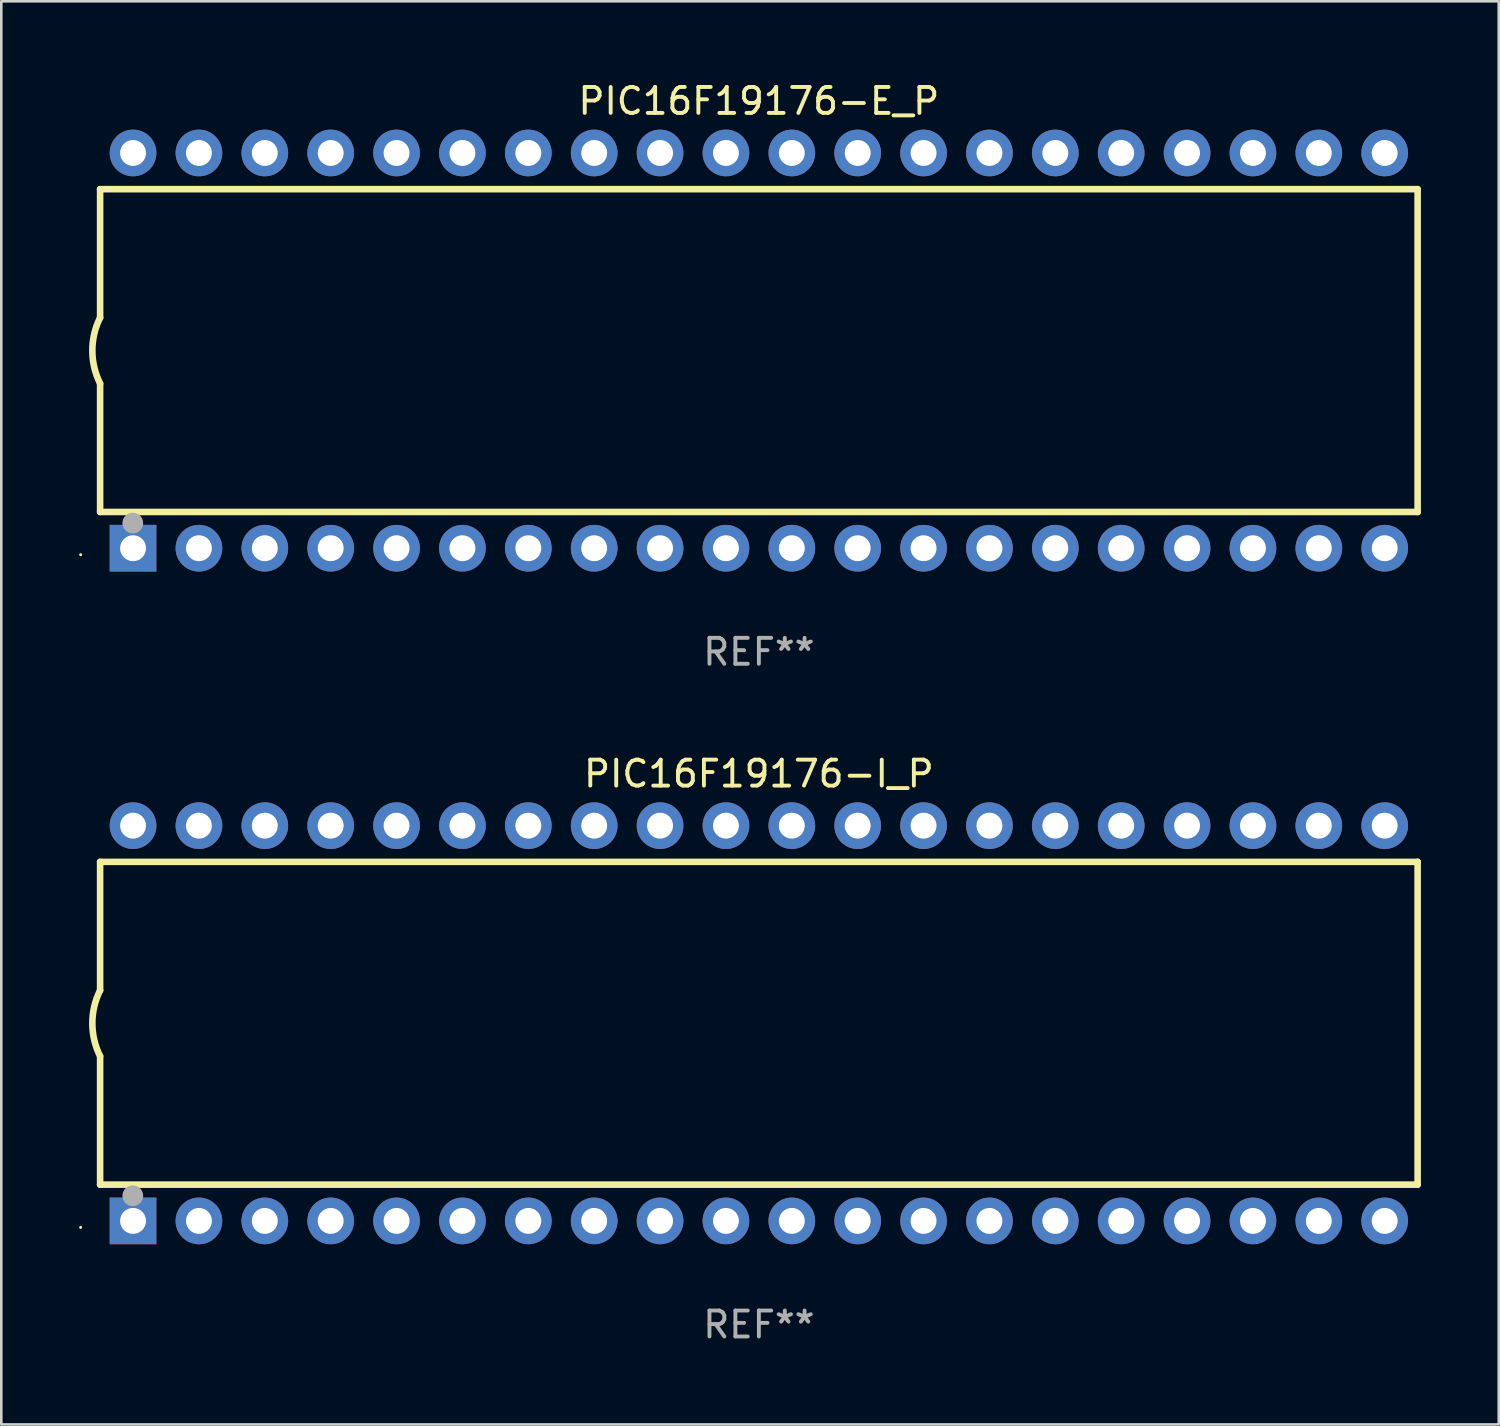
<source format=kicad_pcb>
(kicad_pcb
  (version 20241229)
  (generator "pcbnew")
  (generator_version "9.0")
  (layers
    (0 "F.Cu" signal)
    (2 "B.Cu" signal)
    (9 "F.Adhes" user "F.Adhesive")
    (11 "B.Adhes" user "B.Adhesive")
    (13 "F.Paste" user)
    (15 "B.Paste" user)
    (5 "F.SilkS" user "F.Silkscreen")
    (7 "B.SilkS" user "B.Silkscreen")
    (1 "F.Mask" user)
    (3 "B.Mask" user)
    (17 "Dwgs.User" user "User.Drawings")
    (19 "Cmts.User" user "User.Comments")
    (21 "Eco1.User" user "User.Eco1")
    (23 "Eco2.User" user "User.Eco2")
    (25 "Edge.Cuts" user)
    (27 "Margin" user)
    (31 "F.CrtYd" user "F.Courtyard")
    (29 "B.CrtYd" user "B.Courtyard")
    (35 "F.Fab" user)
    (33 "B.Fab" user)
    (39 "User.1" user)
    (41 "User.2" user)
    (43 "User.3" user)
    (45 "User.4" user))
  (footprint "PIC16F19176-E_P"
    (layer "F.Cu")
    (at 26.21 10.468)
    (property "Reference" "PIC16F19176-E_P" (at 0 -9.62 0) (layer "F.SilkS") (effects (font (size 1 1) (thickness 0.15))))
    (attr through_hole)
    (fp_line (start -25.4 -6.224) (end -25.4 -1.271) (stroke (width 0.254) (type solid)) (layer "F.SilkS"))
    (fp_line (start -25.4 -6.224) (end 25.4 -6.224) (stroke (width 0.254) (type solid)) (layer "F.SilkS"))
    (fp_line (start -25.4 1.269) (end -25.4 6.222) (stroke (width 0.254) (type solid)) (layer "F.SilkS"))
    (fp_line (start -25.4 6.222) (end 25.4 6.222) (stroke (width 0.254) (type solid)) (layer "F.SilkS"))
    (fp_line (start 25.4 6.222) (end 25.4 -6.224) (stroke (width 0.254) (type solid)) (layer "F.SilkS"))
    (fp_arc (start -25.4 1.269241) (mid -25.699807 -0.000762) (end -25.4 -1.270765) (stroke (width 0.254001) (type solid)) (layer "F.SilkS"))
    (fp_circle (center -26.15 7.87) (end -26.12 7.87) (stroke (width 0.06) (type solid)) (fill no) (layer "F.SilkS"))
    (fp_circle (center -24.14 6.65) (end -23.94 6.65) (stroke (width 0.4) (type solid)) (fill no) (layer "F.Fab"))
    (fp_text user "REF**" (at 0 11.62 0) (layer "F.Fab") (effects (font (size 1 1) (thickness 0.15))))
    (pad "1" thru_hole rect (at -24.13 7.62 90) (size 1.8 1.8) (drill 1) (layers "*.Cu" "*.Mask"))
    (pad "2" thru_hole circle (at -21.59 7.62) (size 1.8 1.8) (drill 1) (layers "*.Cu" "*.Mask"))
    (pad "3" thru_hole circle (at -19.05 7.62) (size 1.8 1.8) (drill 1) (layers "*.Cu" "*.Mask"))
    (pad "4" thru_hole circle (at -16.51 7.62) (size 1.8 1.8) (drill 1) (layers "*.Cu" "*.Mask"))
    (pad "5" thru_hole circle (at -13.97 7.62) (size 1.8 1.8) (drill 1) (layers "*.Cu" "*.Mask"))
    (pad "6" thru_hole circle (at -11.43 7.62) (size 1.8 1.8) (drill 1) (layers "*.Cu" "*.Mask"))
    (pad "7" thru_hole circle (at -8.89 7.62) (size 1.8 1.8) (drill 1) (layers "*.Cu" "*.Mask"))
    (pad "8" thru_hole circle (at -6.35 7.62) (size 1.8 1.8) (drill 1) (layers "*.Cu" "*.Mask"))
    (pad "9" thru_hole circle (at -3.81 7.62) (size 1.8 1.8) (drill 1) (layers "*.Cu" "*.Mask"))
    (pad "10" thru_hole circle (at -1.27 7.62) (size 1.8 1.8) (drill 1) (layers "*.Cu" "*.Mask"))
    (pad "11" thru_hole circle (at 1.27 7.62) (size 1.8 1.8) (drill 1) (layers "*.Cu" "*.Mask"))
    (pad "12" thru_hole circle (at 3.81 7.62) (size 1.8 1.8) (drill 1) (layers "*.Cu" "*.Mask"))
    (pad "13" thru_hole circle (at 6.35 7.62) (size 1.8 1.8) (drill 1) (layers "*.Cu" "*.Mask"))
    (pad "14" thru_hole circle (at 8.89 7.62) (size 1.8 1.8) (drill 1) (layers "*.Cu" "*.Mask"))
    (pad "15" thru_hole circle (at 11.43 7.62) (size 1.8 1.8) (drill 1) (layers "*.Cu" "*.Mask"))
    (pad "16" thru_hole circle (at 13.97 7.62) (size 1.8 1.8) (drill 1) (layers "*.Cu" "*.Mask"))
    (pad "17" thru_hole circle (at 16.51 7.62) (size 1.8 1.8) (drill 1) (layers "*.Cu" "*.Mask"))
    (pad "18" thru_hole circle (at 19.05 7.62) (size 1.8 1.8) (drill 1) (layers "*.Cu" "*.Mask"))
    (pad "19" thru_hole circle (at 21.59 7.62) (size 1.8 1.8) (drill 1) (layers "*.Cu" "*.Mask"))
    (pad "20" thru_hole circle (at 24.13 7.62) (size 1.8 1.8) (drill 1) (layers "*.Cu" "*.Mask"))
    (pad "21" thru_hole circle (at 24.13 -7.62) (size 1.8 1.8) (drill 1) (layers "*.Cu" "*.Mask"))
    (pad "22" thru_hole circle (at 21.59 -7.62) (size 1.8 1.8) (drill 1) (layers "*.Cu" "*.Mask"))
    (pad "23" thru_hole circle (at 19.05 -7.62) (size 1.8 1.8) (drill 1) (layers "*.Cu" "*.Mask"))
    (pad "24" thru_hole circle (at 16.51 -7.62) (size 1.8 1.8) (drill 1) (layers "*.Cu" "*.Mask"))
    (pad "25" thru_hole circle (at 13.97 -7.62) (size 1.8 1.8) (drill 1) (layers "*.Cu" "*.Mask"))
    (pad "26" thru_hole circle (at 11.43 -7.62) (size 1.8 1.8) (drill 1) (layers "*.Cu" "*.Mask"))
    (pad "27" thru_hole circle (at 8.89 -7.62) (size 1.8 1.8) (drill 1) (layers "*.Cu" "*.Mask"))
    (pad "28" thru_hole circle (at 6.35 -7.62) (size 1.8 1.8) (drill 1) (layers "*.Cu" "*.Mask"))
    (pad "29" thru_hole circle (at 3.81 -7.62) (size 1.8 1.8) (drill 1) (layers "*.Cu" "*.Mask"))
    (pad "30" thru_hole circle (at 1.27 -7.62) (size 1.8 1.8) (drill 1) (layers "*.Cu" "*.Mask"))
    (pad "31" thru_hole circle (at -1.27 -7.62) (size 1.8 1.8) (drill 1) (layers "*.Cu" "*.Mask"))
    (pad "32" thru_hole circle (at -3.81 -7.62) (size 1.8 1.8) (drill 1) (layers "*.Cu" "*.Mask"))
    (pad "33" thru_hole circle (at -6.35 -7.62) (size 1.8 1.8) (drill 1) (layers "*.Cu" "*.Mask"))
    (pad "34" thru_hole circle (at -8.89 -7.62) (size 1.8 1.8) (drill 1) (layers "*.Cu" "*.Mask"))
    (pad "35" thru_hole circle (at -11.43 -7.62) (size 1.8 1.8) (drill 1) (layers "*.Cu" "*.Mask"))
    (pad "36" thru_hole circle (at -13.97 -7.62) (size 1.8 1.8) (drill 1) (layers "*.Cu" "*.Mask"))
    (pad "37" thru_hole circle (at -16.51 -7.62) (size 1.8 1.8) (drill 1) (layers "*.Cu" "*.Mask"))
    (pad "38" thru_hole circle (at -19.05 -7.62) (size 1.8 1.8) (drill 1) (layers "*.Cu" "*.Mask"))
    (pad "39" thru_hole circle (at -21.59 -7.62) (size 1.8 1.8) (drill 1) (layers "*.Cu" "*.Mask"))
    (pad "40" thru_hole circle (at -24.13 -7.62) (size 1.8 1.8) (drill 1) (layers "*.Cu" "*.Mask")))
  (footprint "PIC16F19176-I_P"
    (layer "F.Cu")
    (at 26.21 36.405)
    (property "Reference" "PIC16F19176-I_P" (at 0 -9.62 0) (layer "F.SilkS") (effects (font (size 1 1) (thickness 0.15))))
    (attr through_hole)
    (fp_line (start -25.4 -6.224) (end -25.4 -1.271) (stroke (width 0.254) (type solid)) (layer "F.SilkS"))
    (fp_line (start -25.4 -6.224) (end 25.4 -6.224) (stroke (width 0.254) (type solid)) (layer "F.SilkS"))
    (fp_line (start -25.4 1.269) (end -25.4 6.222) (stroke (width 0.254) (type solid)) (layer "F.SilkS"))
    (fp_line (start -25.4 6.222) (end 25.4 6.222) (stroke (width 0.254) (type solid)) (layer "F.SilkS"))
    (fp_line (start 25.4 6.222) (end 25.4 -6.224) (stroke (width 0.254) (type solid)) (layer "F.SilkS"))
    (fp_arc (start -25.4 1.269241) (mid -25.699807 -0.000762) (end -25.4 -1.270765) (stroke (width 0.254001) (type solid)) (layer "F.SilkS"))
    (fp_circle (center -26.15 7.87) (end -26.12 7.87) (stroke (width 0.06) (type solid)) (fill no) (layer "F.SilkS"))
    (fp_circle (center -24.14 6.65) (end -23.94 6.65) (stroke (width 0.4) (type solid)) (fill no) (layer "F.Fab"))
    (fp_text user "REF**" (at 0 11.62 0) (layer "F.Fab") (effects (font (size 1 1) (thickness 0.15))))
    (pad "1" thru_hole rect (at -24.13 7.62 90) (size 1.8 1.8) (drill 1) (layers "*.Cu" "*.Mask"))
    (pad "2" thru_hole circle (at -21.59 7.62) (size 1.8 1.8) (drill 1) (layers "*.Cu" "*.Mask"))
    (pad "3" thru_hole circle (at -19.05 7.62) (size 1.8 1.8) (drill 1) (layers "*.Cu" "*.Mask"))
    (pad "4" thru_hole circle (at -16.51 7.62) (size 1.8 1.8) (drill 1) (layers "*.Cu" "*.Mask"))
    (pad "5" thru_hole circle (at -13.97 7.62) (size 1.8 1.8) (drill 1) (layers "*.Cu" "*.Mask"))
    (pad "6" thru_hole circle (at -11.43 7.62) (size 1.8 1.8) (drill 1) (layers "*.Cu" "*.Mask"))
    (pad "7" thru_hole circle (at -8.89 7.62) (size 1.8 1.8) (drill 1) (layers "*.Cu" "*.Mask"))
    (pad "8" thru_hole circle (at -6.35 7.62) (size 1.8 1.8) (drill 1) (layers "*.Cu" "*.Mask"))
    (pad "9" thru_hole circle (at -3.81 7.62) (size 1.8 1.8) (drill 1) (layers "*.Cu" "*.Mask"))
    (pad "10" thru_hole circle (at -1.27 7.62) (size 1.8 1.8) (drill 1) (layers "*.Cu" "*.Mask"))
    (pad "11" thru_hole circle (at 1.27 7.62) (size 1.8 1.8) (drill 1) (layers "*.Cu" "*.Mask"))
    (pad "12" thru_hole circle (at 3.81 7.62) (size 1.8 1.8) (drill 1) (layers "*.Cu" "*.Mask"))
    (pad "13" thru_hole circle (at 6.35 7.62) (size 1.8 1.8) (drill 1) (layers "*.Cu" "*.Mask"))
    (pad "14" thru_hole circle (at 8.89 7.62) (size 1.8 1.8) (drill 1) (layers "*.Cu" "*.Mask"))
    (pad "15" thru_hole circle (at 11.43 7.62) (size 1.8 1.8) (drill 1) (layers "*.Cu" "*.Mask"))
    (pad "16" thru_hole circle (at 13.97 7.62) (size 1.8 1.8) (drill 1) (layers "*.Cu" "*.Mask"))
    (pad "17" thru_hole circle (at 16.51 7.62) (size 1.8 1.8) (drill 1) (layers "*.Cu" "*.Mask"))
    (pad "18" thru_hole circle (at 19.05 7.62) (size 1.8 1.8) (drill 1) (layers "*.Cu" "*.Mask"))
    (pad "19" thru_hole circle (at 21.59 7.62) (size 1.8 1.8) (drill 1) (layers "*.Cu" "*.Mask"))
    (pad "20" thru_hole circle (at 24.13 7.62) (size 1.8 1.8) (drill 1) (layers "*.Cu" "*.Mask"))
    (pad "21" thru_hole circle (at 24.13 -7.62) (size 1.8 1.8) (drill 1) (layers "*.Cu" "*.Mask"))
    (pad "22" thru_hole circle (at 21.59 -7.62) (size 1.8 1.8) (drill 1) (layers "*.Cu" "*.Mask"))
    (pad "23" thru_hole circle (at 19.05 -7.62) (size 1.8 1.8) (drill 1) (layers "*.Cu" "*.Mask"))
    (pad "24" thru_hole circle (at 16.51 -7.62) (size 1.8 1.8) (drill 1) (layers "*.Cu" "*.Mask"))
    (pad "25" thru_hole circle (at 13.97 -7.62) (size 1.8 1.8) (drill 1) (layers "*.Cu" "*.Mask"))
    (pad "26" thru_hole circle (at 11.43 -7.62) (size 1.8 1.8) (drill 1) (layers "*.Cu" "*.Mask"))
    (pad "27" thru_hole circle (at 8.89 -7.62) (size 1.8 1.8) (drill 1) (layers "*.Cu" "*.Mask"))
    (pad "28" thru_hole circle (at 6.35 -7.62) (size 1.8 1.8) (drill 1) (layers "*.Cu" "*.Mask"))
    (pad "29" thru_hole circle (at 3.81 -7.62) (size 1.8 1.8) (drill 1) (layers "*.Cu" "*.Mask"))
    (pad "30" thru_hole circle (at 1.27 -7.62) (size 1.8 1.8) (drill 1) (layers "*.Cu" "*.Mask"))
    (pad "31" thru_hole circle (at -1.27 -7.62) (size 1.8 1.8) (drill 1) (layers "*.Cu" "*.Mask"))
    (pad "32" thru_hole circle (at -3.81 -7.62) (size 1.8 1.8) (drill 1) (layers "*.Cu" "*.Mask"))
    (pad "33" thru_hole circle (at -6.35 -7.62) (size 1.8 1.8) (drill 1) (layers "*.Cu" "*.Mask"))
    (pad "34" thru_hole circle (at -8.89 -7.62) (size 1.8 1.8) (drill 1) (layers "*.Cu" "*.Mask"))
    (pad "35" thru_hole circle (at -11.43 -7.62) (size 1.8 1.8) (drill 1) (layers "*.Cu" "*.Mask"))
    (pad "36" thru_hole circle (at -13.97 -7.62) (size 1.8 1.8) (drill 1) (layers "*.Cu" "*.Mask"))
    (pad "37" thru_hole circle (at -16.51 -7.62) (size 1.8 1.8) (drill 1) (layers "*.Cu" "*.Mask"))
    (pad "38" thru_hole circle (at -19.05 -7.62) (size 1.8 1.8) (drill 1) (layers "*.Cu" "*.Mask"))
    (pad "39" thru_hole circle (at -21.59 -7.62) (size 1.8 1.8) (drill 1) (layers "*.Cu" "*.Mask"))
    (pad "40" thru_hole circle (at -24.13 -7.62) (size 1.8 1.8) (drill 1) (layers "*.Cu" "*.Mask")))
  (gr_rect
    (start -3 -3)
    (end 54.737 51.873)
    (stroke (width 0.1) (type default))
    (fill no)
    (layer "Edge.Cuts")))
</source>
